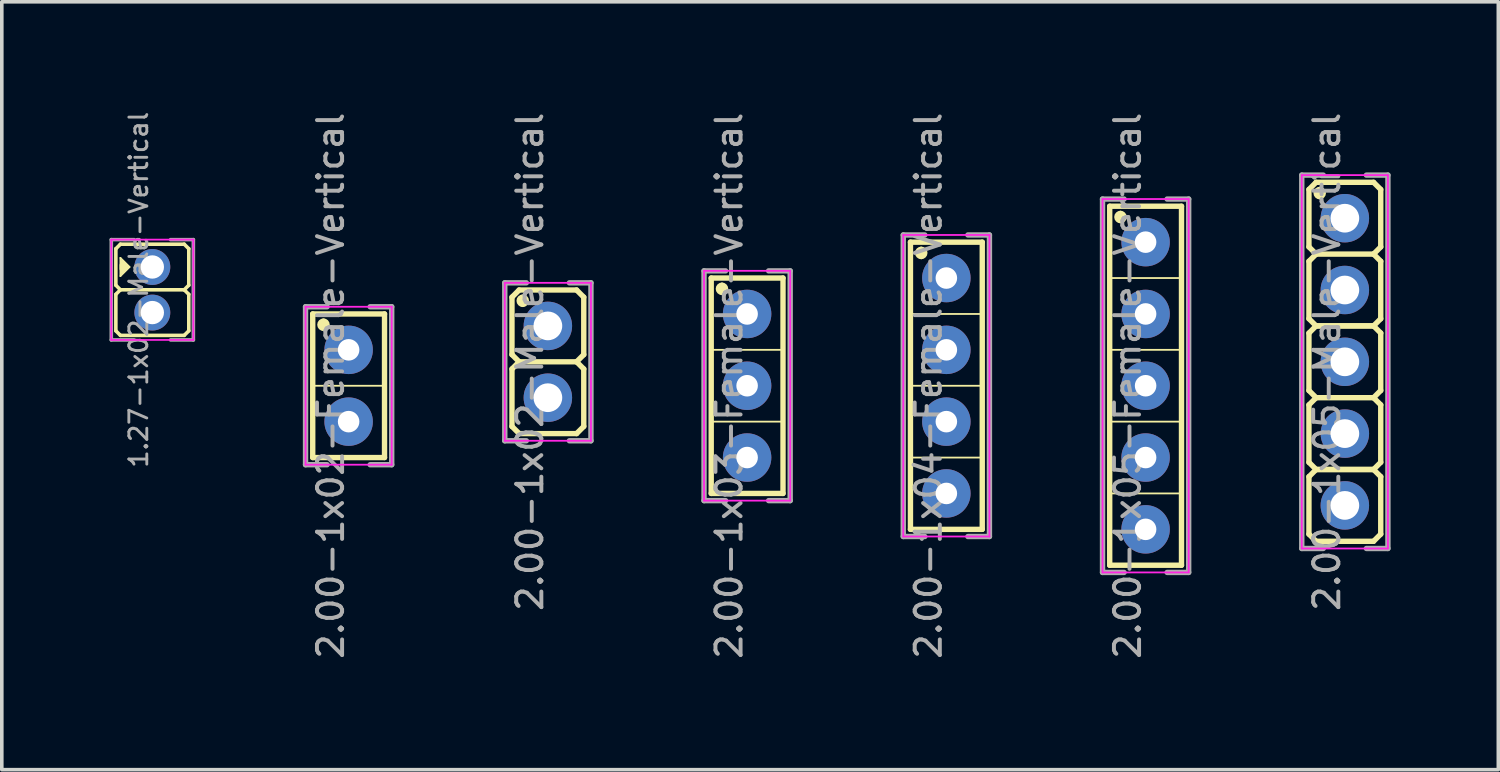
<source format=kicad_pcb>
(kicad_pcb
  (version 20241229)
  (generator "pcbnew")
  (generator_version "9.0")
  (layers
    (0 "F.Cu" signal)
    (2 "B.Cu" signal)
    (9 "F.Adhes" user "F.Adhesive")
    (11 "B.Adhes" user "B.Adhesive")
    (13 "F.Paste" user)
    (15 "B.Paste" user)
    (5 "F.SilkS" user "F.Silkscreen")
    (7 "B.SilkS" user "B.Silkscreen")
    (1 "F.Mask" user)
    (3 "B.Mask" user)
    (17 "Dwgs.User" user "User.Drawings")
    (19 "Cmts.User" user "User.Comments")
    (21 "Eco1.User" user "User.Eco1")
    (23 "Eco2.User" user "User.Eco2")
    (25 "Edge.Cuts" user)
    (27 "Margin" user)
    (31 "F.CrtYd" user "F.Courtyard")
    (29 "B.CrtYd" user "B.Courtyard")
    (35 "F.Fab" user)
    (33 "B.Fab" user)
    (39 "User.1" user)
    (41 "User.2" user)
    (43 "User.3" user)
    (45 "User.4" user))
  (footprint "2.00-1x04-Female-Vertical"
    (layer "F.Cu")
    (at 23.311 7.695)
    (property "Reference" "2.00-1x04-Female-Vertical" (at -0.5 0 90) (layer "F.Fab") (effects (font (size 0.7 0.7) (thickness 0.11))))
    (attr through_hole)
    (fp_line (start -1 -4) (end -1 4) (stroke (width 0.15) (type solid)) (layer "F.SilkS"))
    (fp_line (start -1 -2) (end 1 -2) (stroke (width 0.05) (type solid)) (layer "F.SilkS"))
    (fp_line (start -1 0) (end 1 0) (stroke (width 0.05) (type solid)) (layer "F.SilkS"))
    (fp_line (start -1 2) (end 1 2) (stroke (width 0.05) (type solid)) (layer "F.SilkS"))
    (fp_line (start -1 4) (end 1 4) (stroke (width 0.15) (type solid)) (layer "F.SilkS"))
    (fp_line (start -0.7 -3.8) (end -0.7 -3.6) (stroke (width 0.15) (type solid)) (layer "F.SilkS"))
    (fp_line (start 1 -4) (end -1 -4) (stroke (width 0.15) (type solid)) (layer "F.SilkS"))
    (fp_line (start 1 4) (end 1 -4) (stroke (width 0.15) (type solid)) (layer "F.SilkS"))
    (fp_circle (center -0.7 -3.7) (end -0.6 -3.7) (stroke (width 0.15) (type solid)) (fill no) (layer "F.SilkS"))
    (fp_line (start -1.2 -4.2) (end 1.2 -4.2) (stroke (width 0.05) (type solid)) (layer "F.CrtYd"))
    (fp_line (start -1.2 4.2) (end -1.2 -4.2) (stroke (width 0.05) (type solid)) (layer "F.CrtYd"))
    (fp_line (start 1.2 -4.2) (end 1.2 4.2) (stroke (width 0.05) (type solid)) (layer "F.CrtYd"))
    (fp_line (start 1.2 4.2) (end -1.2 4.2) (stroke (width 0.05) (type solid)) (layer "F.CrtYd"))
    (fp_line (start -1.2 -4.2) (end -1.2 4.2) (stroke (width 0.15) (type solid)) (layer "F.Fab"))
    (fp_line (start -1.2 4.2) (end -0.6 4.2) (stroke (width 0.15) (type solid)) (layer "F.Fab"))
    (fp_line (start -0.6 -4.2) (end -1.2 -4.2) (stroke (width 0.15) (type solid)) (layer "F.Fab"))
    (fp_line (start 0.6 4.2) (end 1.2 4.2) (stroke (width 0.15) (type solid)) (layer "F.Fab"))
    (fp_line (start 1.2 -4.2) (end 0.6 -4.2) (stroke (width 0.15) (type solid)) (layer "F.Fab"))
    (fp_line (start 1.2 4.2) (end 1.2 -4.2) (stroke (width 0.15) (type solid)) (layer "F.Fab"))
    (pad "1" thru_hole circle (at 0 -3) (size 1.35 1.35) (drill 0.6) (layers "*.Cu" "*.Mask"))
    (pad "2" thru_hole oval (at 0 -1) (size 1.35 1.35) (drill 0.6) (layers "*.Cu" "*.Mask"))
    (pad "3" thru_hole oval (at 0 1) (size 1.35 1.35) (drill 0.6) (layers "*.Cu" "*.Mask"))
    (pad "4" thru_hole oval (at 0 3) (size 1.35 1.35) (drill 0.6) (layers "*.Cu" "*.Mask")))
  (footprint "2.00-1x03-Female-Vertical"
    (layer "F.Cu")
    (at 17.761 7.695)
    (property "Reference" "2.00-1x03-Female-Vertical" (at -0.5 0 90) (layer "F.Fab") (effects (font (size 0.7 0.7) (thickness 0.11))))
    (attr through_hole)
    (fp_line (start -1 -3) (end -1 3) (stroke (width 0.15) (type solid)) (layer "F.SilkS"))
    (fp_line (start -1 -1) (end 1 -1) (stroke (width 0.05) (type solid)) (layer "F.SilkS"))
    (fp_line (start -1 1) (end 1 1) (stroke (width 0.05) (type solid)) (layer "F.SilkS"))
    (fp_line (start -1 3) (end 1 3) (stroke (width 0.15) (type solid)) (layer "F.SilkS"))
    (fp_line (start -0.7 -2.8) (end -0.7 -2.6) (stroke (width 0.15) (type solid)) (layer "F.SilkS"))
    (fp_line (start 1 -3) (end -1 -3) (stroke (width 0.15) (type solid)) (layer "F.SilkS"))
    (fp_line (start 1 3) (end 1 -3) (stroke (width 0.15) (type solid)) (layer "F.SilkS"))
    (fp_circle (center -0.7 -2.7) (end -0.6 -2.7) (stroke (width 0.15) (type solid)) (fill no) (layer "F.SilkS"))
    (fp_line (start -1.2 -3.2) (end 1.2 -3.2) (stroke (width 0.05) (type solid)) (layer "F.CrtYd"))
    (fp_line (start -1.2 3.2) (end -1.2 -3.2) (stroke (width 0.05) (type solid)) (layer "F.CrtYd"))
    (fp_line (start 1.2 -3.2) (end 1.2 3.2) (stroke (width 0.05) (type solid)) (layer "F.CrtYd"))
    (fp_line (start 1.2 3.2) (end -1.2 3.2) (stroke (width 0.05) (type solid)) (layer "F.CrtYd"))
    (fp_line (start -1.2 -3.2) (end -1.2 3.2) (stroke (width 0.15) (type solid)) (layer "F.Fab"))
    (fp_line (start -1.2 3.2) (end -0.6 3.2) (stroke (width 0.15) (type solid)) (layer "F.Fab"))
    (fp_line (start -0.6 -3.2) (end -1.2 -3.2) (stroke (width 0.15) (type solid)) (layer "F.Fab"))
    (fp_line (start 0.6 3.2) (end 1.2 3.2) (stroke (width 0.15) (type solid)) (layer "F.Fab"))
    (fp_line (start 1.2 -3.2) (end 0.6 -3.2) (stroke (width 0.15) (type solid)) (layer "F.Fab"))
    (fp_line (start 1.2 3.2) (end 1.2 -3.2) (stroke (width 0.15) (type solid)) (layer "F.Fab"))
    (pad "1" thru_hole circle (at 0 -2) (size 1.35 1.35) (drill 0.6) (layers "*.Cu" "*.Mask"))
    (pad "2" thru_hole oval (at 0 0) (size 1.35 1.35) (drill 0.6) (layers "*.Cu" "*.Mask"))
    (pad "3" thru_hole oval (at 0 2) (size 1.35 1.35) (drill 0.6) (layers "*.Cu" "*.Mask")))
  (footprint "2.00-1x02-Male-Vertical"
    (layer "F.Cu")
    (at 12.211 7.028)
    (property "Reference" "2.00-1x02-Male-Vertical" (at -0.5 0 90) (layer "F.Fab") (effects (font (size 0.7 0.7) (thickness 0.11))))
    (attr through_hole)
    (fp_line (start -1 -1.8) (end -0.8 -2) (stroke (width 0.15) (type solid)) (layer "F.SilkS"))
    (fp_line (start -1 -0.2) (end -1 -1.8) (stroke (width 0.15) (type solid)) (layer "F.SilkS"))
    (fp_line (start -1 0.2) (end -0.8 0) (stroke (width 0.15) (type solid)) (layer "F.SilkS"))
    (fp_line (start -1 1.8) (end -1 0.2) (stroke (width 0.15) (type solid)) (layer "F.SilkS"))
    (fp_line (start -0.8 0) (end -1 -0.2) (stroke (width 0.15) (type solid)) (layer "F.SilkS"))
    (fp_line (start -0.8 0) (end 0.8 0) (stroke (width 0.15) (type solid)) (layer "F.SilkS"))
    (fp_line (start -0.8 2) (end -1 1.8) (stroke (width 0.15) (type solid)) (layer "F.SilkS"))
    (fp_line (start -0.7 -1.8) (end -0.7 -1.6) (stroke (width 0.15) (type solid)) (layer "F.SilkS"))
    (fp_line (start 0.8 -2) (end -0.8 -2) (stroke (width 0.15) (type solid)) (layer "F.SilkS"))
    (fp_line (start 0.8 0) (end 1 -0.2) (stroke (width 0.15) (type solid)) (layer "F.SilkS"))
    (fp_line (start 0.8 0) (end 1 0.2) (stroke (width 0.15) (type solid)) (layer "F.SilkS"))
    (fp_line (start 0.8 2) (end -0.8 2) (stroke (width 0.15) (type solid)) (layer "F.SilkS"))
    (fp_line (start 1 -1.8) (end 0.8 -2) (stroke (width 0.15) (type solid)) (layer "F.SilkS"))
    (fp_line (start 1 -0.2) (end 1 -1.8) (stroke (width 0.15) (type solid)) (layer "F.SilkS"))
    (fp_line (start 1 0.2) (end 1 1.8) (stroke (width 0.15) (type solid)) (layer "F.SilkS"))
    (fp_line (start 1 1.8) (end 0.8 2) (stroke (width 0.15) (type solid)) (layer "F.SilkS"))
    (fp_circle (center -0.7 -1.7) (end -0.7 -1.6) (stroke (width 0.15) (type solid)) (fill no) (layer "F.SilkS"))
    (fp_line (start -1.2 -2.2) (end 1.2 -2.2) (stroke (width 0.05) (type solid)) (layer "F.CrtYd"))
    (fp_line (start -1.2 2.2) (end -1.2 -2.2) (stroke (width 0.05) (type solid)) (layer "F.CrtYd"))
    (fp_line (start 1.2 -2.2) (end 1.2 2.2) (stroke (width 0.05) (type solid)) (layer "F.CrtYd"))
    (fp_line (start 1.2 2.2) (end -1.2 2.2) (stroke (width 0.05) (type solid)) (layer "F.CrtYd"))
    (fp_line (start -1.2 -2.2) (end -1.2 2.2) (stroke (width 0.15) (type solid)) (layer "F.Fab"))
    (fp_line (start -1.2 2.2) (end -0.6 2.2) (stroke (width 0.15) (type solid)) (layer "F.Fab"))
    (fp_line (start -0.6 -2.2) (end -1.2 -2.2) (stroke (width 0.15) (type solid)) (layer "F.Fab"))
    (fp_line (start 0.6 2.2) (end 1.2 2.2) (stroke (width 0.15) (type solid)) (layer "F.Fab"))
    (fp_line (start 1.2 -2.2) (end 0.6 -2.2) (stroke (width 0.15) (type solid)) (layer "F.Fab"))
    (fp_line (start 1.2 2.2) (end 1.2 -2.2) (stroke (width 0.15) (type solid)) (layer "F.Fab"))
    (pad "1" thru_hole circle (at 0 -1) (size 1.35 1.35) (drill 0.8) (layers "*.Cu" "*.Mask"))
    (pad "2" thru_hole oval (at 0 1) (size 1.35 1.35) (drill 0.8) (layers "*.Cu" "*.Mask")))
  (footprint "2.00-1x02-Female-Vertical"
    (layer "F.Cu")
    (at 6.661 7.695)
    (property "Reference" "2.00-1x02-Female-Vertical" (at -0.5 0 90) (layer "F.Fab") (effects (font (size 0.7 0.7) (thickness 0.11))))
    (attr through_hole)
    (fp_line (start -1 0) (end 1 0) (stroke (width 0.05) (type solid)) (layer "F.SilkS"))
    (fp_line (start -1 2) (end -1 -2) (stroke (width 0.15) (type solid)) (layer "F.SilkS"))
    (fp_line (start -1 2) (end 1 2) (stroke (width 0.15) (type solid)) (layer "F.SilkS"))
    (fp_line (start -0.7 -1.8) (end -0.7 -1.6) (stroke (width 0.15) (type solid)) (layer "F.SilkS"))
    (fp_line (start 1 -2) (end -1 -2) (stroke (width 0.15) (type solid)) (layer "F.SilkS"))
    (fp_line (start 1 2) (end 1 -2) (stroke (width 0.15) (type solid)) (layer "F.SilkS"))
    (fp_circle (center -0.7 -1.7) (end -0.6 -1.7) (stroke (width 0.15) (type solid)) (fill no) (layer "F.SilkS"))
    (fp_line (start -1.2 -2.2) (end 1.2 -2.2) (stroke (width 0.05) (type solid)) (layer "F.CrtYd"))
    (fp_line (start -1.2 2.2) (end -1.2 -2.2) (stroke (width 0.05) (type solid)) (layer "F.CrtYd"))
    (fp_line (start 1.2 -2.2) (end 1.2 2.2) (stroke (width 0.05) (type solid)) (layer "F.CrtYd"))
    (fp_line (start 1.2 2.2) (end -1.2 2.2) (stroke (width 0.05) (type solid)) (layer "F.CrtYd"))
    (fp_line (start -1.2 -2.2) (end -1.2 2.2) (stroke (width 0.15) (type solid)) (layer "F.Fab"))
    (fp_line (start -1.2 2.2) (end -0.6 2.2) (stroke (width 0.15) (type solid)) (layer "F.Fab"))
    (fp_line (start -0.6 -2.2) (end -1.2 -2.2) (stroke (width 0.15) (type solid)) (layer "F.Fab"))
    (fp_line (start 0.6 -2.2) (end 1.2 -2.2) (stroke (width 0.15) (type solid)) (layer "F.Fab"))
    (fp_line (start 1.2 -2.2) (end 1.2 2.2) (stroke (width 0.15) (type solid)) (layer "F.Fab"))
    (fp_line (start 1.2 2.2) (end 0.6 2.2) (stroke (width 0.15) (type solid)) (layer "F.Fab"))
    (pad "1" thru_hole circle (at 0 -1) (size 1.35 1.35) (drill 0.6) (layers "*.Cu" "*.Mask"))
    (pad "2" thru_hole oval (at 0 1) (size 1.35 1.35) (drill 0.6) (layers "*.Cu" "*.Mask")))
  (footprint "2.00-1x05-Female-Vertical"
    (layer "F.Cu")
    (at 28.861 7.695)
    (property "Reference" "2.00-1x05-Female-Vertical" (at -0.5 0 90) (layer "F.Fab") (effects (font (size 0.7 0.7) (thickness 0.11))))
    (attr through_hole)
    (fp_line (start -1 -5) (end -1 5) (stroke (width 0.15) (type solid)) (layer "F.SilkS"))
    (fp_line (start -1 -3) (end 1 -3) (stroke (width 0.05) (type solid)) (layer "F.SilkS"))
    (fp_line (start -1 -1) (end 1 -1) (stroke (width 0.05) (type solid)) (layer "F.SilkS"))
    (fp_line (start -1 1) (end 1 1) (stroke (width 0.05) (type solid)) (layer "F.SilkS"))
    (fp_line (start -1 3) (end 1 3) (stroke (width 0.05) (type solid)) (layer "F.SilkS"))
    (fp_line (start -1 5) (end 1 5) (stroke (width 0.15) (type solid)) (layer "F.SilkS"))
    (fp_line (start -0.7 -4.8) (end -0.7 -4.6) (stroke (width 0.15) (type solid)) (layer "F.SilkS"))
    (fp_line (start 1 -5) (end -1 -5) (stroke (width 0.15) (type solid)) (layer "F.SilkS"))
    (fp_line (start 1 -5) (end 1 5) (stroke (width 0.15) (type solid)) (layer "F.SilkS"))
    (fp_circle (center -0.7 -4.7) (end -0.6 -4.7) (stroke (width 0.15) (type solid)) (fill no) (layer "F.SilkS"))
    (fp_line (start -1.2 -5.2) (end 1.2 -5.2) (stroke (width 0.05) (type solid)) (layer "F.CrtYd"))
    (fp_line (start -1.2 5.2) (end -1.2 -5.2) (stroke (width 0.05) (type solid)) (layer "F.CrtYd"))
    (fp_line (start 1.2 -5.2) (end 1.2 5.2) (stroke (width 0.05) (type solid)) (layer "F.CrtYd"))
    (fp_line (start 1.2 5.2) (end -1.2 5.2) (stroke (width 0.05) (type solid)) (layer "F.CrtYd"))
    (fp_line (start -1.2 -5.2) (end -1.2 5.2) (stroke (width 0.15) (type solid)) (layer "F.Fab"))
    (fp_line (start -1.2 5.2) (end -0.6 5.2) (stroke (width 0.15) (type solid)) (layer "F.Fab"))
    (fp_line (start -0.6 -5.2) (end -1.2 -5.2) (stroke (width 0.15) (type solid)) (layer "F.Fab"))
    (fp_line (start 0.6 5.2) (end 1.2 5.2) (stroke (width 0.15) (type solid)) (layer "F.Fab"))
    (fp_line (start 1.2 -5.2) (end 0.6 -5.2) (stroke (width 0.15) (type solid)) (layer "F.Fab"))
    (fp_line (start 1.2 5.2) (end 1.2 -5.2) (stroke (width 0.15) (type solid)) (layer "F.Fab"))
    (pad "1" thru_hole circle (at 0 -4) (size 1.35 1.35) (drill 0.6) (layers "*.Cu" "*.Mask"))
    (pad "2" thru_hole oval (at 0 -2) (size 1.35 1.35) (drill 0.6) (layers "*.Cu" "*.Mask"))
    (pad "3" thru_hole oval (at 0 0) (size 1.35 1.35) (drill 0.6) (layers "*.Cu" "*.Mask"))
    (pad "4" thru_hole oval (at 0 2) (size 1.35 1.35) (drill 0.6) (layers "*.Cu" "*.Mask"))
    (pad "5" thru_hole oval (at 0 4) (size 1.35 1.35) (drill 0.6) (layers "*.Cu" "*.Mask")))
  (footprint "2.00-1x05-Male-Vertical"
    (layer "F.Cu")
    (at 34.411 7.028)
    (property "Reference" "2.00-1x05-Male-Vertical" (at -0.5 0 90) (layer "F.Fab") (effects (font (size 0.7 0.7) (thickness 0.11))))
    (attr through_hole)
    (fp_line (start -1 -4.8) (end -0.8 -5) (stroke (width 0.15) (type solid)) (layer "F.SilkS"))
    (fp_line (start -1 -3.2) (end -1 -4.8) (stroke (width 0.15) (type solid)) (layer "F.SilkS"))
    (fp_line (start -1 -2.8) (end -0.8 -3) (stroke (width 0.15) (type solid)) (layer "F.SilkS"))
    (fp_line (start -1 -1.2) (end -1 -2.8) (stroke (width 0.15) (type solid)) (layer "F.SilkS"))
    (fp_line (start -1 -0.8) (end -0.8 -1) (stroke (width 0.15) (type solid)) (layer "F.SilkS"))
    (fp_line (start -1 0.8) (end -1 -0.8) (stroke (width 0.15) (type solid)) (layer "F.SilkS"))
    (fp_line (start -1 1.2) (end -0.8 1) (stroke (width 0.15) (type solid)) (layer "F.SilkS"))
    (fp_line (start -1 2.8) (end -1 1.2) (stroke (width 0.15) (type solid)) (layer "F.SilkS"))
    (fp_line (start -1 3.2) (end -0.8 3) (stroke (width 0.15) (type solid)) (layer "F.SilkS"))
    (fp_line (start -1 4.8) (end -1 3.2) (stroke (width 0.15) (type solid)) (layer "F.SilkS"))
    (fp_line (start -0.8 -3) (end -1 -3.2) (stroke (width 0.15) (type solid)) (layer "F.SilkS"))
    (fp_line (start -0.8 -3) (end 0.8 -3) (stroke (width 0.15) (type solid)) (layer "F.SilkS"))
    (fp_line (start -0.8 -1) (end -1 -1.2) (stroke (width 0.15) (type solid)) (layer "F.SilkS"))
    (fp_line (start -0.8 -1) (end 0.8 -1) (stroke (width 0.15) (type solid)) (layer "F.SilkS"))
    (fp_line (start -0.8 1) (end -1 0.8) (stroke (width 0.15) (type solid)) (layer "F.SilkS"))
    (fp_line (start -0.8 3) (end -1 2.8) (stroke (width 0.15) (type solid)) (layer "F.SilkS"))
    (fp_line (start -0.8 3) (end 0.8 3) (stroke (width 0.15) (type solid)) (layer "F.SilkS"))
    (fp_line (start -0.8 5) (end -1 4.8) (stroke (width 0.15) (type solid)) (layer "F.SilkS"))
    (fp_line (start -0.7 -4.8) (end -0.7 -4.6) (stroke (width 0.15) (type solid)) (layer "F.SilkS"))
    (fp_line (start 0.8 -5) (end -0.8 -5) (stroke (width 0.15) (type solid)) (layer "F.SilkS"))
    (fp_line (start 0.8 -3) (end 1 -3.2) (stroke (width 0.15) (type solid)) (layer "F.SilkS"))
    (fp_line (start 0.8 -3) (end 1 -2.8) (stroke (width 0.15) (type solid)) (layer "F.SilkS"))
    (fp_line (start 0.8 -1) (end -0.8 -1) (stroke (width 0.15) (type solid)) (layer "F.SilkS"))
    (fp_line (start 0.8 -1) (end 1 -0.8) (stroke (width 0.15) (type solid)) (layer "F.SilkS"))
    (fp_line (start 0.8 1) (end -0.8 1) (stroke (width 0.15) (type solid)) (layer "F.SilkS"))
    (fp_line (start 0.8 1) (end 1 1.2) (stroke (width 0.15) (type solid)) (layer "F.SilkS"))
    (fp_line (start 0.8 3) (end -0.8 3) (stroke (width 0.15) (type solid)) (layer "F.SilkS"))
    (fp_line (start 0.8 3) (end 1 3.2) (stroke (width 0.15) (type solid)) (layer "F.SilkS"))
    (fp_line (start 0.8 5) (end -0.8 5) (stroke (width 0.15) (type solid)) (layer "F.SilkS"))
    (fp_line (start 1 -4.8) (end 0.8 -5) (stroke (width 0.15) (type solid)) (layer "F.SilkS"))
    (fp_line (start 1 -3.2) (end 1 -4.8) (stroke (width 0.15) (type solid)) (layer "F.SilkS"))
    (fp_line (start 1 -2.8) (end 1 -1.2) (stroke (width 0.15) (type solid)) (layer "F.SilkS"))
    (fp_line (start 1 -1.2) (end 0.8 -1) (stroke (width 0.15) (type solid)) (layer "F.SilkS"))
    (fp_line (start 1 -0.8) (end 1 0.8) (stroke (width 0.15) (type solid)) (layer "F.SilkS"))
    (fp_line (start 1 0.8) (end 0.8 1) (stroke (width 0.15) (type solid)) (layer "F.SilkS"))
    (fp_line (start 1 1.2) (end 1 2.8) (stroke (width 0.15) (type solid)) (layer "F.SilkS"))
    (fp_line (start 1 2.8) (end 0.8 3) (stroke (width 0.15) (type solid)) (layer "F.SilkS"))
    (fp_line (start 1 3.2) (end 1 4.8) (stroke (width 0.15) (type solid)) (layer "F.SilkS"))
    (fp_line (start 1 4.8) (end 0.8 5) (stroke (width 0.15) (type solid)) (layer "F.SilkS"))
    (fp_circle (center -0.7 -4.7) (end -0.6 -4.7) (stroke (width 0.15) (type solid)) (fill no) (layer "F.SilkS"))
    (fp_line (start -1.2 -5.2) (end 1.2 -5.2) (stroke (width 0.05) (type solid)) (layer "F.CrtYd"))
    (fp_line (start -1.2 5.2) (end -1.2 -5.2) (stroke (width 0.05) (type solid)) (layer "F.CrtYd"))
    (fp_line (start 1.2 -5.2) (end 1.2 5.2) (stroke (width 0.05) (type solid)) (layer "F.CrtYd"))
    (fp_line (start 1.2 5.2) (end -1.2 5.2) (stroke (width 0.05) (type solid)) (layer "F.CrtYd"))
    (fp_line (start -1.2 -5.2) (end -1.2 5.2) (stroke (width 0.15) (type solid)) (layer "F.Fab"))
    (fp_line (start -1.2 5.2) (end -0.6 5.2) (stroke (width 0.15) (type solid)) (layer "F.Fab"))
    (fp_line (start -0.6 -5.2) (end -1.2 -5.2) (stroke (width 0.15) (type solid)) (layer "F.Fab"))
    (fp_line (start 0.6 5.2) (end 1.2 5.2) (stroke (width 0.15) (type solid)) (layer "F.Fab"))
    (fp_line (start 1.2 -5.2) (end 0.6 -5.2) (stroke (width 0.15) (type solid)) (layer "F.Fab"))
    (fp_line (start 1.2 5.2) (end 1.2 -5.2) (stroke (width 0.15) (type solid)) (layer "F.Fab"))
    (pad "1" thru_hole circle (at 0 -4) (size 1.35 1.35) (drill 0.8) (layers "*.Cu" "*.Mask"))
    (pad "2" thru_hole oval (at 0 -2) (size 1.35 1.35) (drill 0.8) (layers "*.Cu" "*.Mask"))
    (pad "3" thru_hole oval (at 0 0) (size 1.35 1.35) (drill 0.8) (layers "*.Cu" "*.Mask"))
    (pad "4" thru_hole oval (at 0 2) (size 1.35 1.35) (drill 0.8) (layers "*.Cu" "*.Mask"))
    (pad "5" thru_hole oval (at 0 4) (size 1.35 1.35) (drill 0.8) (layers "*.Cu" "*.Mask")))
  (footprint "1.27-1x02-Male-Vertical"
    (layer "F.Cu")
    (at 1.193 5.022)
    (property "Reference" "1.27-1x02-Male-Vertical" (at -0.381 0 90) (layer "F.Fab") (effects (font (size 0.5 0.5) (thickness 0.08))))
    (attr through_hole)
    (fp_line (start -1.016 -1.143) (end -1.016 -0.127) (stroke (width 0.1) (type solid)) (layer "F.SilkS"))
    (fp_line (start -1.016 -0.127) (end -0.889 0) (stroke (width 0.1) (type solid)) (layer "F.SilkS"))
    (fp_line (start -1.016 0.127) (end -1.016 1.143) (stroke (width 0.1) (type solid)) (layer "F.SilkS"))
    (fp_line (start -1.016 1.143) (end -0.889 1.27) (stroke (width 0.1) (type solid)) (layer "F.SilkS"))
    (fp_line (start -0.889 -1.27) (end -1.016 -1.143) (stroke (width 0.1) (type solid)) (layer "F.SilkS"))
    (fp_line (start -0.889 -1.27) (end 0.889 -1.27) (stroke (width 0.1) (type solid)) (layer "F.SilkS"))
    (fp_line (start -0.889 -0.889) (end -0.889 -0.381) (stroke (width 0.05) (type solid)) (layer "F.SilkS"))
    (fp_line (start -0.889 -0.381) (end -0.635 -0.635) (stroke (width 0.05) (type solid)) (layer "F.SilkS"))
    (fp_line (start -0.889 0) (end -1.016 0.127) (stroke (width 0.1) (type solid)) (layer "F.SilkS"))
    (fp_line (start -0.838 -0.787) (end -0.686 -0.635) (stroke (width 0.1) (type solid)) (layer "F.SilkS"))
    (fp_line (start -0.838 -0.686) (end -0.838 -0.584) (stroke (width 0.15) (type solid)) (layer "F.SilkS"))
    (fp_line (start -0.737 -0.635) (end -0.762 -0.635) (stroke (width 0.1) (type solid)) (layer "F.SilkS"))
    (fp_line (start -0.686 -0.635) (end -0.838 -0.483) (stroke (width 0.1) (type solid)) (layer "F.SilkS"))
    (fp_line (start -0.635 -0.635) (end -0.889 -0.889) (stroke (width 0.05) (type solid)) (layer "F.SilkS"))
    (fp_line (start 0.889 -1.27) (end 1.016 -1.143) (stroke (width 0.1) (type solid)) (layer "F.SilkS"))
    (fp_line (start 0.889 0) (end -0.889 0) (stroke (width 0.1) (type solid)) (layer "F.SilkS"))
    (fp_line (start 0.889 0) (end 1.016 0.127) (stroke (width 0.1) (type solid)) (layer "F.SilkS"))
    (fp_line (start 0.889 1.27) (end -0.889 1.27) (stroke (width 0.1) (type solid)) (layer "F.SilkS"))
    (fp_line (start 1.016 -1.143) (end 1.016 -0.127) (stroke (width 0.1) (type solid)) (layer "F.SilkS"))
    (fp_line (start 1.016 -0.127) (end 0.889 0) (stroke (width 0.1) (type solid)) (layer "F.SilkS"))
    (fp_line (start 1.016 0.127) (end 1.016 1.143) (stroke (width 0.1) (type solid)) (layer "F.SilkS"))
    (fp_line (start 1.016 1.143) (end 0.889 1.27) (stroke (width 0.1) (type solid)) (layer "F.SilkS"))
    (fp_line (start -1.143 -1.397) (end 1.143 -1.397) (stroke (width 0.05) (type solid)) (layer "F.CrtYd"))
    (fp_line (start -1.143 1.397) (end -1.143 -1.397) (stroke (width 0.05) (type solid)) (layer "F.CrtYd"))
    (fp_line (start -1.143 1.397) (end 1.143 1.397) (stroke (width 0.05) (type solid)) (layer "F.CrtYd"))
    (fp_line (start 1.143 -1.397) (end 1.143 1.397) (stroke (width 0.05) (type solid)) (layer "F.CrtYd"))
    (fp_line (start -1.143 -1.397) (end -1.143 1.397) (stroke (width 0.1) (type solid)) (layer "F.Fab"))
    (fp_line (start -1.143 -1.397) (end -0.508 -1.397) (stroke (width 0.1) (type solid)) (layer "F.Fab"))
    (fp_line (start -1.143 1.397) (end -0.508 1.397) (stroke (width 0.1) (type solid)) (layer "F.Fab"))
    (fp_line (start 0.508 -1.397) (end 1.143 -1.397) (stroke (width 0.1) (type solid)) (layer "F.Fab"))
    (fp_line (start 0.508 1.397) (end 1.143 1.397) (stroke (width 0.1) (type solid)) (layer "F.Fab"))
    (fp_line (start 1.143 -1.397) (end 1.143 1.397) (stroke (width 0.1) (type solid)) (layer "F.Fab"))
    (pad "1" thru_hole circle (at 0 -0.635) (size 1 1) (drill 0.65) (layers "*.Cu" "*.Mask"))
    (pad "2" thru_hole oval (at 0 0.635) (size 1 1) (drill 0.65) (layers "*.Cu" "*.Mask")))
  (gr_rect
    (start -3 -3)
    (end 38.686 18.39)
    (stroke (width 0.1) (type default))
    (fill no)
    (layer "Edge.Cuts")))
</source>
